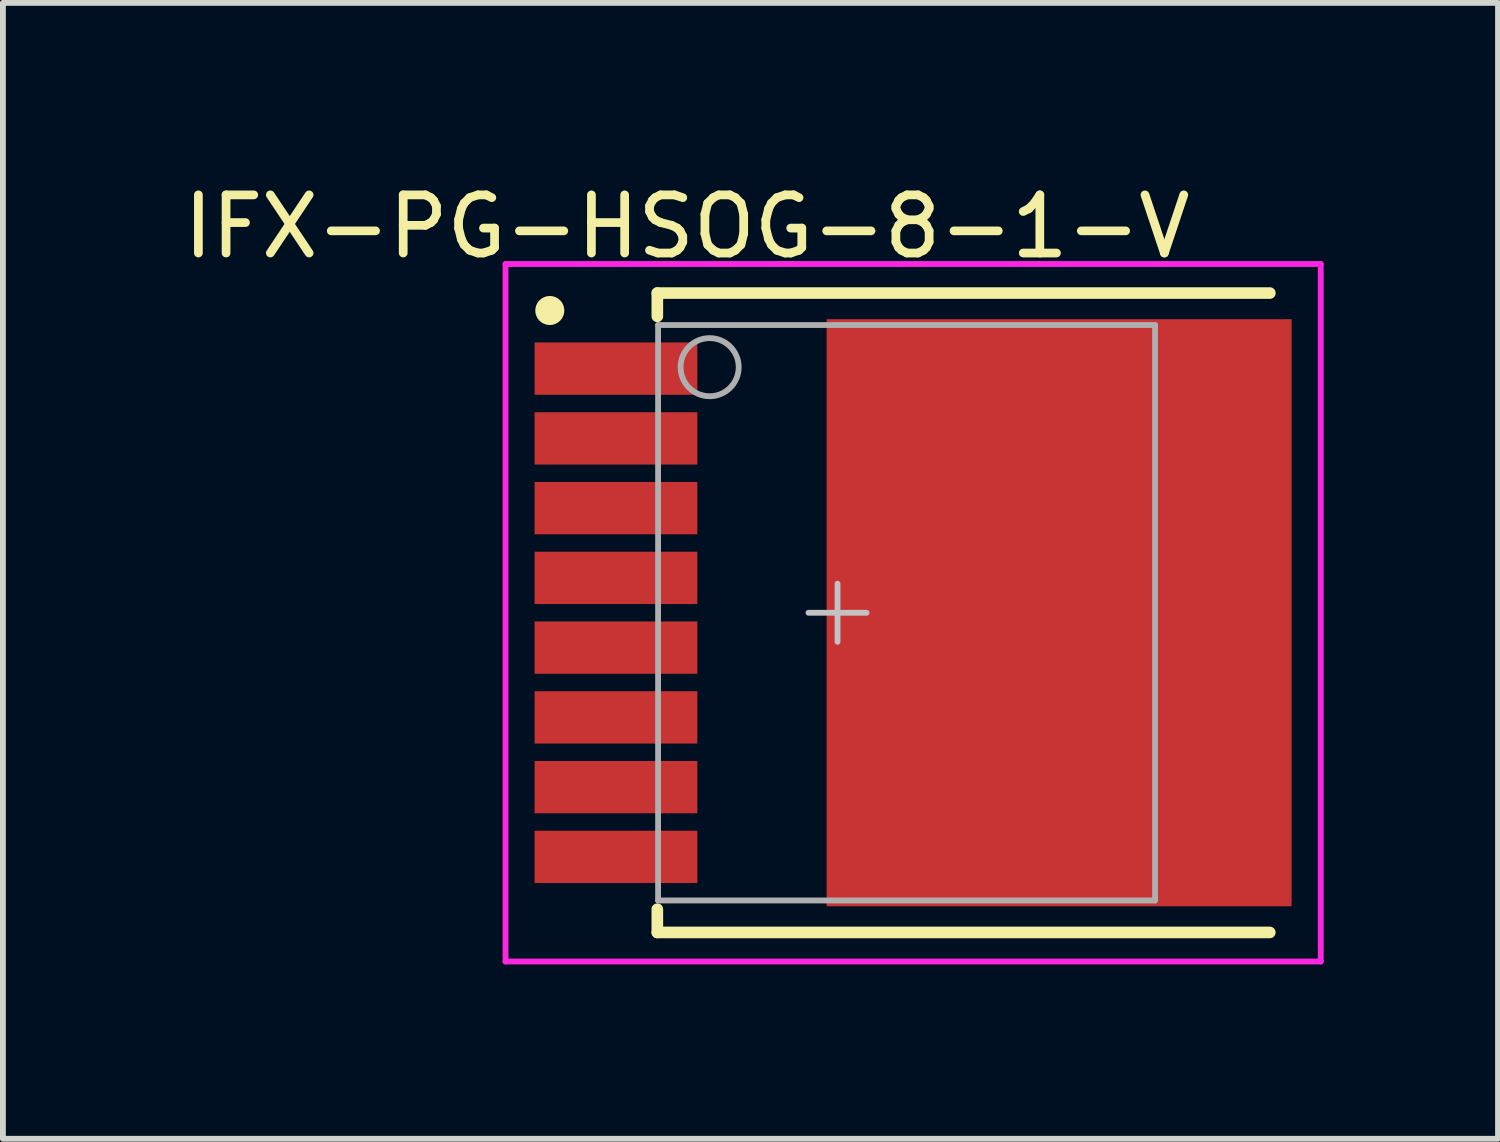
<source format=kicad_pcb>
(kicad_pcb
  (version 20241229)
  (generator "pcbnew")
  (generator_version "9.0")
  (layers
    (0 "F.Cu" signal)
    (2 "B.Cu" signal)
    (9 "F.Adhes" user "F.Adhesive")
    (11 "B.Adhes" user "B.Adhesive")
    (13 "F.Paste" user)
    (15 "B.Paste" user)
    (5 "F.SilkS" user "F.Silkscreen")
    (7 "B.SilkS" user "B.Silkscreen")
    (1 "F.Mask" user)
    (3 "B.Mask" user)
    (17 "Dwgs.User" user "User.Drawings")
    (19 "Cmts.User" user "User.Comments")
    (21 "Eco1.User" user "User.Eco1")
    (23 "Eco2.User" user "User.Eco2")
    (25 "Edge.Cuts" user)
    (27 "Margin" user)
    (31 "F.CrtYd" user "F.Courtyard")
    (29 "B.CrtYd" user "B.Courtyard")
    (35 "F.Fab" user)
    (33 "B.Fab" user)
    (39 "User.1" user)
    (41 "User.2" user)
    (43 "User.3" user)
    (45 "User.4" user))
  (footprint "IFX-PG-HSOG-8-1-V"
    (layer "F.Cu")
    (at 11.359 7.492)
    (property "Reference" "IFX-PG-HSOG-8-1-V" (at -2.591 -6.644 0) (layer "F.SilkS") (effects (font (size 1 1) (thickness 0.15))))
    (attr through_hole)
    (fp_poly (pts (xy 3.512 -4.85) (xy 3.512 -4.35) (xy 6.262 -4.35) (xy 6.262 -5.05) (xy 7.812 -5.05) (xy 7.812 5.05) (xy 6.262 5.05) (xy 6.262 4.35) (xy 3.512 4.35) (xy 3.512 4.85) (xy -0.188 4.85) (xy -0.188 -4.85)) (stroke (width 0.001) (type solid)) (fill yes) (layer "F.Mask"))
    (fp_line (start -3.1 -5.5) (end -3.1 -5.1) (stroke (width 0.2) (type solid)) (layer "F.SilkS"))
    (fp_line (start -3.1 5.5) (end -3.1 5.1) (stroke (width 0.2) (type solid)) (layer "F.SilkS"))
    (fp_line (start 7.437 5.5) (end -3.1 5.5) (stroke (width 0.2) (type solid)) (layer "F.SilkS"))
    (fp_line (start 7.438 -5.5) (end -3.1 -5.5) (stroke (width 0.2) (type solid)) (layer "F.SilkS"))
    (fp_circle (center -4.95 -5.2) (end -4.825 -5.2) (stroke (width 0.25) (type solid)) (fill no) (layer "F.SilkS"))
    (fp_poly (pts (xy -2.462 -4.6) (xy -2.462 -3.8) (xy -5.162 -3.8) (xy -5.162 -4.6)) (stroke (width 0.01) (type solid)) (fill yes) (layer "F.Paste"))
    (fp_poly (pts (xy -2.462 -3.4) (xy -2.462 -2.6) (xy -5.162 -2.6) (xy -5.162 -3.4)) (stroke (width 0.01) (type solid)) (fill yes) (layer "F.Paste"))
    (fp_poly (pts (xy -2.462 -2.2) (xy -2.462 -1.4) (xy -5.162 -1.4) (xy -5.162 -2.2)) (stroke (width 0.01) (type solid)) (fill yes) (layer "F.Paste"))
    (fp_poly (pts (xy -2.462 -1) (xy -2.462 -0.2) (xy -5.162 -0.2) (xy -5.162 -1)) (stroke (width 0.01) (type solid)) (fill yes) (layer "F.Paste"))
    (fp_poly (pts (xy -2.462 0.2) (xy -2.462 1) (xy -5.162 1) (xy -5.162 0.2)) (stroke (width 0.01) (type solid)) (fill yes) (layer "F.Paste"))
    (fp_poly (pts (xy -2.462 1.4) (xy -2.462 2.2) (xy -5.162 2.2) (xy -5.162 1.4)) (stroke (width 0.01) (type solid)) (fill yes) (layer "F.Paste"))
    (fp_poly (pts (xy -2.462 2.6) (xy -2.462 3.4) (xy -5.162 3.4) (xy -5.162 2.6)) (stroke (width 0.01) (type solid)) (fill yes) (layer "F.Paste"))
    (fp_poly (pts (xy -2.462 3.8) (xy -2.462 4.6) (xy -5.162 4.6) (xy -5.162 3.8)) (stroke (width 0.01) (type solid)) (fill yes) (layer "F.Paste"))
    (fp_poly (pts (xy -0.087 -0.25) (xy -0.087 -4.75) (xy 0.763 -4.75) (xy 0.763 -0.25)) (stroke (width 0.01) (type solid)) (fill yes) (layer "F.Paste"))
    (fp_poly (pts (xy -0.087 4.75) (xy -0.087 0.25) (xy 0.763 0.25) (xy 0.763 4.75)) (stroke (width 0.01) (type solid)) (fill yes) (layer "F.Paste"))
    (fp_poly (pts (xy 1.463 -0.25) (xy 1.463 -4.75) (xy 2.563 -4.75) (xy 2.563 -0.25)) (stroke (width 0.01) (type solid)) (fill yes) (layer "F.Paste"))
    (fp_poly (pts (xy 1.463 4.75) (xy 1.463 0.25) (xy 2.563 0.25) (xy 2.563 4.75)) (stroke (width 0.01) (type solid)) (fill yes) (layer "F.Paste"))
    (fp_poly (pts (xy 3.262 -0.25) (xy 3.262 -4.25) (xy 4.362 -4.25) (xy 4.362 -0.25)) (stroke (width 0.01) (type solid)) (fill yes) (layer "F.Paste"))
    (fp_poly (pts (xy 3.262 4.25) (xy 3.262 0.25) (xy 4.362 0.25) (xy 4.362 4.25)) (stroke (width 0.01) (type solid)) (fill yes) (layer "F.Paste"))
    (fp_poly (pts (xy 5.062 -0.25) (xy 5.062 -4.25) (xy 6.162 -4.25) (xy 6.162 -0.25)) (stroke (width 0.01) (type solid)) (fill yes) (layer "F.Paste"))
    (fp_poly (pts (xy 5.062 4.25) (xy 5.062 0.25) (xy 6.162 0.25) (xy 6.162 4.25)) (stroke (width 0.01) (type solid)) (fill yes) (layer "F.Paste"))
    (fp_poly (pts (xy 6.862 -0.25) (xy 6.862 -4.75) (xy 7.712 -4.75) (xy 7.712 -0.25)) (stroke (width 0.01) (type solid)) (fill yes) (layer "F.Paste"))
    (fp_poly (pts (xy 6.862 4.75) (xy 6.862 0.25) (xy 7.712 0.25) (xy 7.712 4.75)) (stroke (width 0.01) (type solid)) (fill yes) (layer "F.Paste"))
    (fp_line (start -0.5 0) (end 0.5 0) (stroke (width 0.1) (type solid)) (layer "Dwgs.User"))
    (fp_line (start 0 0.5) (end 0 -0.5) (stroke (width 0.1) (type solid)) (layer "Dwgs.User"))
    (fp_line (start -5.712 -6) (end 8.313 -6) (stroke (width 0.1) (type solid)) (layer "F.CrtYd"))
    (fp_line (start -5.712 6) (end -5.712 -6) (stroke (width 0.1) (type solid)) (layer "F.CrtYd"))
    (fp_line (start 8.313 -6) (end 8.313 6) (stroke (width 0.1) (type solid)) (layer "F.CrtYd"))
    (fp_line (start 8.313 6) (end -5.712 6) (stroke (width 0.1) (type solid)) (layer "F.CrtYd"))
    (fp_line (start -3.087 -4.95) (end 5.463 -4.95) (stroke (width 0.1) (type solid)) (layer "F.Fab"))
    (fp_line (start -3.087 4.95) (end -3.087 -4.95) (stroke (width 0.1) (type solid)) (layer "F.Fab"))
    (fp_line (start 5.463 -4.95) (end 5.463 4.95) (stroke (width 0.1) (type solid)) (layer "F.Fab"))
    (fp_line (start 5.463 4.95) (end -3.087 4.95) (stroke (width 0.1) (type solid)) (layer "F.Fab"))
    (fp_circle (center -2.2 -4.225) (end -1.7 -4.225) (stroke (width 0.1) (type solid)) (fill no) (layer "F.Fab"))
    (pad "1" smd rect (at -3.812 -4.2 180) (size 2.8 0.9) (layers "F.Cu" "F.Mask"))
    (pad "2" smd rect (at -3.812 -3 180) (size 2.8 0.9) (layers "F.Cu" "F.Mask"))
    (pad "3" smd rect (at -3.812 -1.8 180) (size 2.8 0.9) (layers "F.Cu" "F.Mask"))
    (pad "4" smd rect (at -3.812 -0.6 180) (size 2.8 0.9) (layers "F.Cu" "F.Mask"))
    (pad "5" smd rect (at -3.812 0.6 180) (size 2.8 0.9) (layers "F.Cu" "F.Mask"))
    (pad "6" smd rect (at -3.812 1.8 180) (size 2.8 0.9) (layers "F.Cu" "F.Mask"))
    (pad "7" smd rect (at -3.812 3 180) (size 2.8 0.9) (layers "F.Cu" "F.Mask"))
    (pad "8" smd rect (at -3.812 4.2 180) (size 2.8 0.9) (layers "F.Cu" "F.Mask"))
    (pad "9" smd rect (at 3.812 0 90) (size 10.1 8) (layers "F.Cu")))
  (gr_rect
    (start -3 -3)
    (end 22.722 16.542)
    (stroke (width 0.1) (type default))
    (fill no)
    (layer "Edge.Cuts")))
</source>
